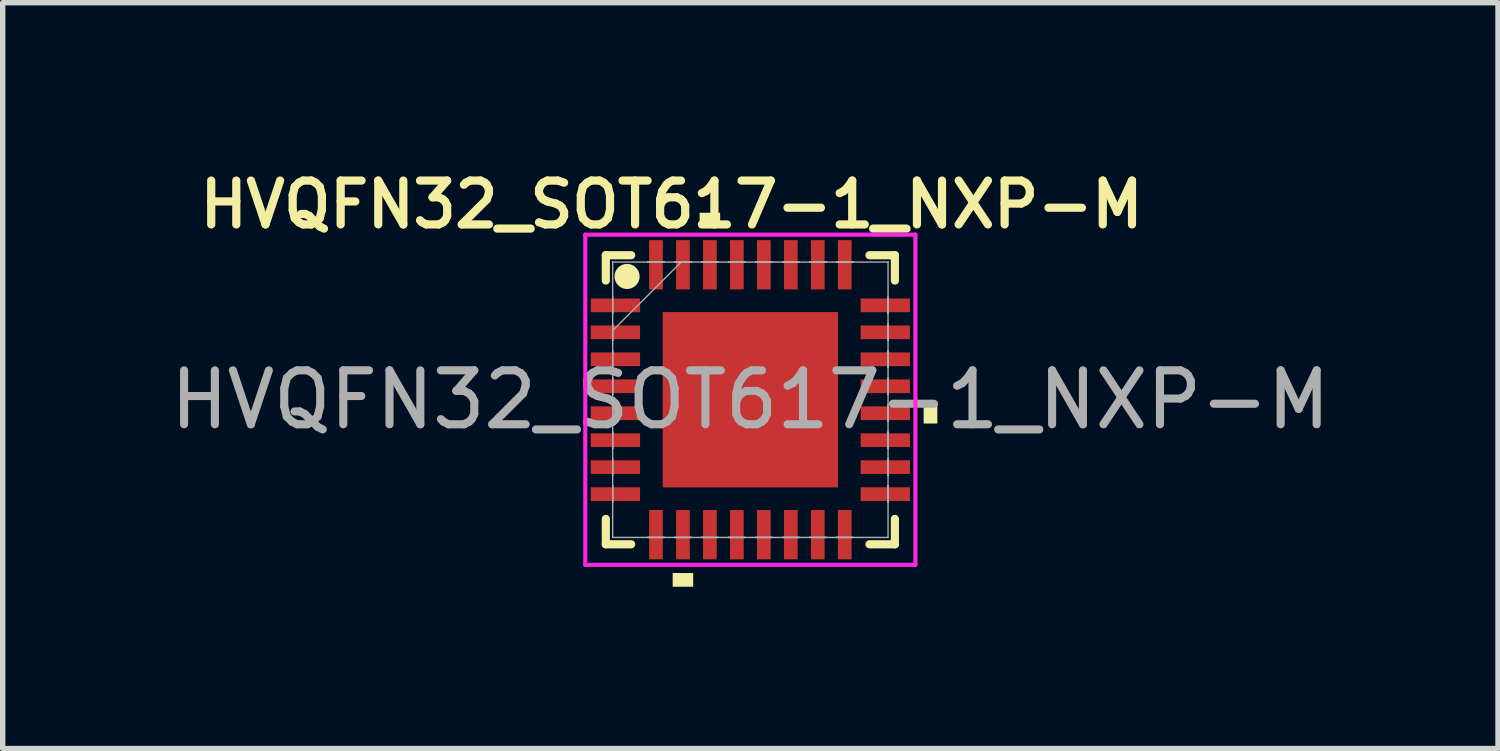
<source format=kicad_pcb>
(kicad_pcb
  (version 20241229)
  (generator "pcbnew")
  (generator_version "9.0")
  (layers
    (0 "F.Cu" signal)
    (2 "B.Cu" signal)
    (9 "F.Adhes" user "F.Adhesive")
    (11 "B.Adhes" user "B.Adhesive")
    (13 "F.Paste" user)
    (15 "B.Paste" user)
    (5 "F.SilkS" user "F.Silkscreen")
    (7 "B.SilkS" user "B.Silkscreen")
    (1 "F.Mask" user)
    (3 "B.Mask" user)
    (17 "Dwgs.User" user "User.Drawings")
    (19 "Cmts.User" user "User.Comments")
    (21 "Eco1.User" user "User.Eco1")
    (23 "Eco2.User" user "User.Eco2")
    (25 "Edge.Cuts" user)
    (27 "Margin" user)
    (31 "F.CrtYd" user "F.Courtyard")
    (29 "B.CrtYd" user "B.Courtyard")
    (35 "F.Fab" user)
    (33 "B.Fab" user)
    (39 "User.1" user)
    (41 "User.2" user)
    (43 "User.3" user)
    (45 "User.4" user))
  (footprint "HVQFN32_SOT617-1_NXP-M"
    (layer "F.Cu")
    (at 10.863 4.362)
    (property "Reference" "HVQFN32_SOT617-1_NXP-M" (at -1.46 -3.619 0) (unlocked yes) (layer "F.SilkS") (effects (font (size 0.813 0.813) (thickness 0.152) (bold yes))))
    (attr smd)
    (fp_line (start -2.68 -2.68) (end -2.68 -2.21) (stroke (width 0.152) (type solid)) (layer "F.SilkS"))
    (fp_line (start -2.68 2.21) (end -2.68 2.68) (stroke (width 0.152) (type solid)) (layer "F.SilkS"))
    (fp_line (start -2.68 2.68) (end -2.21 2.68) (stroke (width 0.152) (type solid)) (layer "F.SilkS"))
    (fp_line (start -2.21 -2.68) (end -2.68 -2.68) (stroke (width 0.152) (type solid)) (layer "F.SilkS"))
    (fp_line (start 2.21 2.68) (end 2.68 2.68) (stroke (width 0.152) (type solid)) (layer "F.SilkS"))
    (fp_line (start 2.68 -2.68) (end 2.21 -2.68) (stroke (width 0.152) (type solid)) (layer "F.SilkS"))
    (fp_line (start 2.68 -2.21) (end 2.68 -2.68) (stroke (width 0.152) (type solid)) (layer "F.SilkS"))
    (fp_line (start 2.68 2.68) (end 2.68 2.21) (stroke (width 0.152) (type solid)) (layer "F.SilkS"))
    (fp_circle (center -2.286 -2.286) (end -2.103 -2.286) (stroke (width 0.1) (type solid)) (fill yes) (layer "F.SilkS"))
    (fp_poly (pts (xy -1.44 3.213) (xy -1.44 3.467) (xy -1.06 3.467) (xy -1.06 3.213)) (stroke (width 0) (type solid)) (fill yes) (layer "F.SilkS"))
    (fp_poly (pts (xy -0.941 -3.213) (xy -0.941 -3.467) (xy -0.56 -3.467) (xy -0.56 -3.213)) (stroke (width 0) (type solid)) (fill yes) (layer "F.SilkS"))
    (fp_poly (pts (xy 3.467 0.059) (xy 3.467 0.441) (xy 3.213 0.441) (xy 3.213 0.059)) (stroke (width 0) (type solid)) (fill yes) (layer "F.SilkS"))
    (fp_poly (pts (xy -1.526 -1.526) (xy -1.526 -0.1) (xy -0.1 -0.1) (xy -0.1 -1.526)) (stroke (width 0) (type solid)) (fill yes) (layer "F.Paste"))
    (fp_poly (pts (xy -1.526 0.1) (xy -1.526 1.526) (xy -0.1 1.526) (xy -0.1 0.1)) (stroke (width 0) (type solid)) (fill yes) (layer "F.Paste"))
    (fp_poly (pts (xy 0.1 -1.526) (xy 0.1 -0.1) (xy 1.526 -0.1) (xy 1.526 -1.526)) (stroke (width 0) (type solid)) (fill yes) (layer "F.Paste"))
    (fp_poly (pts (xy 0.1 0.1) (xy 0.1 1.526) (xy 1.526 1.526) (xy 1.526 0.1)) (stroke (width 0) (type solid)) (fill yes) (layer "F.Paste"))
    (fp_line (start -3.061 -3.061) (end 3.061 -3.061) (stroke (width 0.076) (type solid)) (layer "F.CrtYd"))
    (fp_line (start -3.061 3.061) (end -3.061 -3.061) (stroke (width 0.076) (type solid)) (layer "F.CrtYd"))
    (fp_line (start 3.061 -3.061) (end 3.061 3.061) (stroke (width 0.076) (type solid)) (layer "F.CrtYd"))
    (fp_line (start 3.061 3.061) (end -3.061 3.061) (stroke (width 0.076) (type solid)) (layer "F.CrtYd"))
    (fp_line (start -2.553 -2.553) (end -2.553 -2.553) (stroke (width 0.025) (type solid)) (layer "F.Fab"))
    (fp_line (start -2.553 -2.553) (end -2.553 2.553) (stroke (width 0.025) (type solid)) (layer "F.Fab"))
    (fp_line (start -2.553 -1.902) (end -2.553 -1.902) (stroke (width 0.025) (type solid)) (layer "F.Fab"))
    (fp_line (start -2.553 -1.902) (end -2.553 -1.598) (stroke (width 0.025) (type solid)) (layer "F.Fab"))
    (fp_line (start -2.553 -1.598) (end -2.553 -1.902) (stroke (width 0.025) (type solid)) (layer "F.Fab"))
    (fp_line (start -2.553 -1.598) (end -2.553 -1.598) (stroke (width 0.025) (type solid)) (layer "F.Fab"))
    (fp_line (start -2.553 -1.402) (end -2.553 -1.402) (stroke (width 0.025) (type solid)) (layer "F.Fab"))
    (fp_line (start -2.553 -1.402) (end -2.553 -1.098) (stroke (width 0.025) (type solid)) (layer "F.Fab"))
    (fp_line (start -2.553 -1.283) (end -1.283 -2.553) (stroke (width 0.025) (type solid)) (layer "F.Fab"))
    (fp_line (start -2.553 -1.098) (end -2.553 -1.402) (stroke (width 0.025) (type solid)) (layer "F.Fab"))
    (fp_line (start -2.553 -1.098) (end -2.553 -1.098) (stroke (width 0.025) (type solid)) (layer "F.Fab"))
    (fp_line (start -2.553 -0.902) (end -2.553 -0.902) (stroke (width 0.025) (type solid)) (layer "F.Fab"))
    (fp_line (start -2.553 -0.902) (end -2.553 -0.598) (stroke (width 0.025) (type solid)) (layer "F.Fab"))
    (fp_line (start -2.553 -0.598) (end -2.553 -0.902) (stroke (width 0.025) (type solid)) (layer "F.Fab"))
    (fp_line (start -2.553 -0.598) (end -2.553 -0.598) (stroke (width 0.025) (type solid)) (layer "F.Fab"))
    (fp_line (start -2.553 -0.402) (end -2.553 -0.402) (stroke (width 0.025) (type solid)) (layer "F.Fab"))
    (fp_line (start -2.553 -0.402) (end -2.553 -0.098) (stroke (width 0.025) (type solid)) (layer "F.Fab"))
    (fp_line (start -2.553 -0.098) (end -2.553 -0.402) (stroke (width 0.025) (type solid)) (layer "F.Fab"))
    (fp_line (start -2.553 -0.098) (end -2.553 -0.098) (stroke (width 0.025) (type solid)) (layer "F.Fab"))
    (fp_line (start -2.553 0.098) (end -2.553 0.098) (stroke (width 0.025) (type solid)) (layer "F.Fab"))
    (fp_line (start -2.553 0.098) (end -2.553 0.402) (stroke (width 0.025) (type solid)) (layer "F.Fab"))
    (fp_line (start -2.553 0.402) (end -2.553 0.098) (stroke (width 0.025) (type solid)) (layer "F.Fab"))
    (fp_line (start -2.553 0.402) (end -2.553 0.402) (stroke (width 0.025) (type solid)) (layer "F.Fab"))
    (fp_line (start -2.553 0.598) (end -2.553 0.598) (stroke (width 0.025) (type solid)) (layer "F.Fab"))
    (fp_line (start -2.553 0.598) (end -2.553 0.902) (stroke (width 0.025) (type solid)) (layer "F.Fab"))
    (fp_line (start -2.553 0.902) (end -2.553 0.598) (stroke (width 0.025) (type solid)) (layer "F.Fab"))
    (fp_line (start -2.553 0.902) (end -2.553 0.902) (stroke (width 0.025) (type solid)) (layer "F.Fab"))
    (fp_line (start -2.553 1.098) (end -2.553 1.098) (stroke (width 0.025) (type solid)) (layer "F.Fab"))
    (fp_line (start -2.553 1.098) (end -2.553 1.402) (stroke (width 0.025) (type solid)) (layer "F.Fab"))
    (fp_line (start -2.553 1.402) (end -2.553 1.098) (stroke (width 0.025) (type solid)) (layer "F.Fab"))
    (fp_line (start -2.553 1.402) (end -2.553 1.402) (stroke (width 0.025) (type solid)) (layer "F.Fab"))
    (fp_line (start -2.553 1.598) (end -2.553 1.598) (stroke (width 0.025) (type solid)) (layer "F.Fab"))
    (fp_line (start -2.553 1.598) (end -2.553 1.902) (stroke (width 0.025) (type solid)) (layer "F.Fab"))
    (fp_line (start -2.553 1.902) (end -2.553 1.598) (stroke (width 0.025) (type solid)) (layer "F.Fab"))
    (fp_line (start -2.553 1.902) (end -2.553 1.902) (stroke (width 0.025) (type solid)) (layer "F.Fab"))
    (fp_line (start -2.553 2.553) (end -2.553 2.553) (stroke (width 0.025) (type solid)) (layer "F.Fab"))
    (fp_line (start -2.553 2.553) (end 2.553 2.553) (stroke (width 0.025) (type solid)) (layer "F.Fab"))
    (fp_line (start -1.902 -2.553) (end -1.902 -2.553) (stroke (width 0.025) (type solid)) (layer "F.Fab"))
    (fp_line (start -1.902 -2.553) (end -1.598 -2.553) (stroke (width 0.025) (type solid)) (layer "F.Fab"))
    (fp_line (start -1.902 2.553) (end -1.902 2.553) (stroke (width 0.025) (type solid)) (layer "F.Fab"))
    (fp_line (start -1.902 2.553) (end -1.598 2.553) (stroke (width 0.025) (type solid)) (layer "F.Fab"))
    (fp_line (start -1.598 -2.553) (end -1.902 -2.553) (stroke (width 0.025) (type solid)) (layer "F.Fab"))
    (fp_line (start -1.598 -2.553) (end -1.598 -2.553) (stroke (width 0.025) (type solid)) (layer "F.Fab"))
    (fp_line (start -1.598 2.553) (end -1.902 2.553) (stroke (width 0.025) (type solid)) (layer "F.Fab"))
    (fp_line (start -1.598 2.553) (end -1.598 2.553) (stroke (width 0.025) (type solid)) (layer "F.Fab"))
    (fp_line (start -1.402 -2.553) (end -1.402 -2.553) (stroke (width 0.025) (type solid)) (layer "F.Fab"))
    (fp_line (start -1.402 -2.553) (end -1.098 -2.553) (stroke (width 0.025) (type solid)) (layer "F.Fab"))
    (fp_line (start -1.402 2.553) (end -1.402 2.553) (stroke (width 0.025) (type solid)) (layer "F.Fab"))
    (fp_line (start -1.402 2.553) (end -1.098 2.553) (stroke (width 0.025) (type solid)) (layer "F.Fab"))
    (fp_line (start -1.098 -2.553) (end -1.402 -2.553) (stroke (width 0.025) (type solid)) (layer "F.Fab"))
    (fp_line (start -1.098 -2.553) (end -1.098 -2.553) (stroke (width 0.025) (type solid)) (layer "F.Fab"))
    (fp_line (start -1.098 2.553) (end -1.402 2.553) (stroke (width 0.025) (type solid)) (layer "F.Fab"))
    (fp_line (start -1.098 2.553) (end -1.098 2.553) (stroke (width 0.025) (type solid)) (layer "F.Fab"))
    (fp_line (start -0.902 -2.553) (end -0.902 -2.553) (stroke (width 0.025) (type solid)) (layer "F.Fab"))
    (fp_line (start -0.902 -2.553) (end -0.598 -2.553) (stroke (width 0.025) (type solid)) (layer "F.Fab"))
    (fp_line (start -0.902 2.553) (end -0.902 2.553) (stroke (width 0.025) (type solid)) (layer "F.Fab"))
    (fp_line (start -0.902 2.553) (end -0.598 2.553) (stroke (width 0.025) (type solid)) (layer "F.Fab"))
    (fp_line (start -0.598 -2.553) (end -0.902 -2.553) (stroke (width 0.025) (type solid)) (layer "F.Fab"))
    (fp_line (start -0.598 -2.553) (end -0.598 -2.553) (stroke (width 0.025) (type solid)) (layer "F.Fab"))
    (fp_line (start -0.598 2.553) (end -0.902 2.553) (stroke (width 0.025) (type solid)) (layer "F.Fab"))
    (fp_line (start -0.598 2.553) (end -0.598 2.553) (stroke (width 0.025) (type solid)) (layer "F.Fab"))
    (fp_line (start -0.402 -2.553) (end -0.402 -2.553) (stroke (width 0.025) (type solid)) (layer "F.Fab"))
    (fp_line (start -0.402 -2.553) (end -0.098 -2.553) (stroke (width 0.025) (type solid)) (layer "F.Fab"))
    (fp_line (start -0.402 2.553) (end -0.402 2.553) (stroke (width 0.025) (type solid)) (layer "F.Fab"))
    (fp_line (start -0.402 2.553) (end -0.098 2.553) (stroke (width 0.025) (type solid)) (layer "F.Fab"))
    (fp_line (start -0.098 -2.553) (end -0.402 -2.553) (stroke (width 0.025) (type solid)) (layer "F.Fab"))
    (fp_line (start -0.098 -2.553) (end -0.098 -2.553) (stroke (width 0.025) (type solid)) (layer "F.Fab"))
    (fp_line (start -0.098 2.553) (end -0.402 2.553) (stroke (width 0.025) (type solid)) (layer "F.Fab"))
    (fp_line (start -0.098 2.553) (end -0.098 2.553) (stroke (width 0.025) (type solid)) (layer "F.Fab"))
    (fp_line (start 0.098 -2.553) (end 0.098 -2.553) (stroke (width 0.025) (type solid)) (layer "F.Fab"))
    (fp_line (start 0.098 -2.553) (end 0.402 -2.553) (stroke (width 0.025) (type solid)) (layer "F.Fab"))
    (fp_line (start 0.098 2.553) (end 0.098 2.553) (stroke (width 0.025) (type solid)) (layer "F.Fab"))
    (fp_line (start 0.098 2.553) (end 0.402 2.553) (stroke (width 0.025) (type solid)) (layer "F.Fab"))
    (fp_line (start 0.402 -2.553) (end 0.098 -2.553) (stroke (width 0.025) (type solid)) (layer "F.Fab"))
    (fp_line (start 0.402 -2.553) (end 0.402 -2.553) (stroke (width 0.025) (type solid)) (layer "F.Fab"))
    (fp_line (start 0.402 2.553) (end 0.098 2.553) (stroke (width 0.025) (type solid)) (layer "F.Fab"))
    (fp_line (start 0.402 2.553) (end 0.402 2.553) (stroke (width 0.025) (type solid)) (layer "F.Fab"))
    (fp_line (start 0.598 -2.553) (end 0.598 -2.553) (stroke (width 0.025) (type solid)) (layer "F.Fab"))
    (fp_line (start 0.598 -2.553) (end 0.902 -2.553) (stroke (width 0.025) (type solid)) (layer "F.Fab"))
    (fp_line (start 0.598 2.553) (end 0.598 2.553) (stroke (width 0.025) (type solid)) (layer "F.Fab"))
    (fp_line (start 0.598 2.553) (end 0.902 2.553) (stroke (width 0.025) (type solid)) (layer "F.Fab"))
    (fp_line (start 0.902 -2.553) (end 0.598 -2.553) (stroke (width 0.025) (type solid)) (layer "F.Fab"))
    (fp_line (start 0.902 -2.553) (end 0.902 -2.553) (stroke (width 0.025) (type solid)) (layer "F.Fab"))
    (fp_line (start 0.902 2.553) (end 0.598 2.553) (stroke (width 0.025) (type solid)) (layer "F.Fab"))
    (fp_line (start 0.902 2.553) (end 0.902 2.553) (stroke (width 0.025) (type solid)) (layer "F.Fab"))
    (fp_line (start 1.098 -2.553) (end 1.098 -2.553) (stroke (width 0.025) (type solid)) (layer "F.Fab"))
    (fp_line (start 1.098 -2.553) (end 1.402 -2.553) (stroke (width 0.025) (type solid)) (layer "F.Fab"))
    (fp_line (start 1.098 2.553) (end 1.098 2.553) (stroke (width 0.025) (type solid)) (layer "F.Fab"))
    (fp_line (start 1.098 2.553) (end 1.402 2.553) (stroke (width 0.025) (type solid)) (layer "F.Fab"))
    (fp_line (start 1.402 -2.553) (end 1.098 -2.553) (stroke (width 0.025) (type solid)) (layer "F.Fab"))
    (fp_line (start 1.402 -2.553) (end 1.402 -2.553) (stroke (width 0.025) (type solid)) (layer "F.Fab"))
    (fp_line (start 1.402 2.553) (end 1.098 2.553) (stroke (width 0.025) (type solid)) (layer "F.Fab"))
    (fp_line (start 1.402 2.553) (end 1.402 2.553) (stroke (width 0.025) (type solid)) (layer "F.Fab"))
    (fp_line (start 1.598 -2.553) (end 1.598 -2.553) (stroke (width 0.025) (type solid)) (layer "F.Fab"))
    (fp_line (start 1.598 -2.553) (end 1.902 -2.553) (stroke (width 0.025) (type solid)) (layer "F.Fab"))
    (fp_line (start 1.598 2.553) (end 1.598 2.553) (stroke (width 0.025) (type solid)) (layer "F.Fab"))
    (fp_line (start 1.598 2.553) (end 1.902 2.553) (stroke (width 0.025) (type solid)) (layer "F.Fab"))
    (fp_line (start 1.902 -2.553) (end 1.598 -2.553) (stroke (width 0.025) (type solid)) (layer "F.Fab"))
    (fp_line (start 1.902 -2.553) (end 1.902 -2.553) (stroke (width 0.025) (type solid)) (layer "F.Fab"))
    (fp_line (start 1.902 2.553) (end 1.598 2.553) (stroke (width 0.025) (type solid)) (layer "F.Fab"))
    (fp_line (start 1.902 2.553) (end 1.902 2.553) (stroke (width 0.025) (type solid)) (layer "F.Fab"))
    (fp_line (start 2.553 -2.553) (end -2.553 -2.553) (stroke (width 0.025) (type solid)) (layer "F.Fab"))
    (fp_line (start 2.553 -2.553) (end 2.553 -2.553) (stroke (width 0.025) (type solid)) (layer "F.Fab"))
    (fp_line (start 2.553 -1.902) (end 2.553 -1.902) (stroke (width 0.025) (type solid)) (layer "F.Fab"))
    (fp_line (start 2.553 -1.902) (end 2.553 -1.598) (stroke (width 0.025) (type solid)) (layer "F.Fab"))
    (fp_line (start 2.553 -1.598) (end 2.553 -1.902) (stroke (width 0.025) (type solid)) (layer "F.Fab"))
    (fp_line (start 2.553 -1.598) (end 2.553 -1.598) (stroke (width 0.025) (type solid)) (layer "F.Fab"))
    (fp_line (start 2.553 -1.402) (end 2.553 -1.402) (stroke (width 0.025) (type solid)) (layer "F.Fab"))
    (fp_line (start 2.553 -1.402) (end 2.553 -1.098) (stroke (width 0.025) (type solid)) (layer "F.Fab"))
    (fp_line (start 2.553 -1.098) (end 2.553 -1.402) (stroke (width 0.025) (type solid)) (layer "F.Fab"))
    (fp_line (start 2.553 -1.098) (end 2.553 -1.098) (stroke (width 0.025) (type solid)) (layer "F.Fab"))
    (fp_line (start 2.553 -0.902) (end 2.553 -0.902) (stroke (width 0.025) (type solid)) (layer "F.Fab"))
    (fp_line (start 2.553 -0.902) (end 2.553 -0.598) (stroke (width 0.025) (type solid)) (layer "F.Fab"))
    (fp_line (start 2.553 -0.598) (end 2.553 -0.902) (stroke (width 0.025) (type solid)) (layer "F.Fab"))
    (fp_line (start 2.553 -0.598) (end 2.553 -0.598) (stroke (width 0.025) (type solid)) (layer "F.Fab"))
    (fp_line (start 2.553 -0.402) (end 2.553 -0.402) (stroke (width 0.025) (type solid)) (layer "F.Fab"))
    (fp_line (start 2.553 -0.402) (end 2.553 -0.098) (stroke (width 0.025) (type solid)) (layer "F.Fab"))
    (fp_line (start 2.553 -0.098) (end 2.553 -0.402) (stroke (width 0.025) (type solid)) (layer "F.Fab"))
    (fp_line (start 2.553 -0.098) (end 2.553 -0.098) (stroke (width 0.025) (type solid)) (layer "F.Fab"))
    (fp_line (start 2.553 0.098) (end 2.553 0.098) (stroke (width 0.025) (type solid)) (layer "F.Fab"))
    (fp_line (start 2.553 0.098) (end 2.553 0.402) (stroke (width 0.025) (type solid)) (layer "F.Fab"))
    (fp_line (start 2.553 0.402) (end 2.553 0.098) (stroke (width 0.025) (type solid)) (layer "F.Fab"))
    (fp_line (start 2.553 0.402) (end 2.553 0.402) (stroke (width 0.025) (type solid)) (layer "F.Fab"))
    (fp_line (start 2.553 0.598) (end 2.553 0.598) (stroke (width 0.025) (type solid)) (layer "F.Fab"))
    (fp_line (start 2.553 0.598) (end 2.553 0.902) (stroke (width 0.025) (type solid)) (layer "F.Fab"))
    (fp_line (start 2.553 0.902) (end 2.553 0.598) (stroke (width 0.025) (type solid)) (layer "F.Fab"))
    (fp_line (start 2.553 0.902) (end 2.553 0.902) (stroke (width 0.025) (type solid)) (layer "F.Fab"))
    (fp_line (start 2.553 1.098) (end 2.553 1.098) (stroke (width 0.025) (type solid)) (layer "F.Fab"))
    (fp_line (start 2.553 1.098) (end 2.553 1.402) (stroke (width 0.025) (type solid)) (layer "F.Fab"))
    (fp_line (start 2.553 1.402) (end 2.553 1.098) (stroke (width 0.025) (type solid)) (layer "F.Fab"))
    (fp_line (start 2.553 1.402) (end 2.553 1.402) (stroke (width 0.025) (type solid)) (layer "F.Fab"))
    (fp_line (start 2.553 1.598) (end 2.553 1.598) (stroke (width 0.025) (type solid)) (layer "F.Fab"))
    (fp_line (start 2.553 1.598) (end 2.553 1.902) (stroke (width 0.025) (type solid)) (layer "F.Fab"))
    (fp_line (start 2.553 1.902) (end 2.553 1.598) (stroke (width 0.025) (type solid)) (layer "F.Fab"))
    (fp_line (start 2.553 1.902) (end 2.553 1.902) (stroke (width 0.025) (type solid)) (layer "F.Fab"))
    (fp_line (start 2.553 2.553) (end 2.553 -2.553) (stroke (width 0.025) (type solid)) (layer "F.Fab"))
    (fp_line (start 2.553 2.553) (end 2.553 2.553) (stroke (width 0.025) (type solid)) (layer "F.Fab"))
    (fp_text user "${REFERENCE}" (at 0 0 0) (unlocked yes) (layer "F.Fab") (effects (font (size 1 1) (thickness 0.15))))
    (pad "1" smd rect (at -2.502 -1.75 90) (size 0.254 0.914) (layers "F.Cu" "F.Mask" "F.Paste"))
    (pad "2" smd rect (at -2.502 -1.25 90) (size 0.254 0.914) (layers "F.Cu" "F.Mask" "F.Paste"))
    (pad "3" smd rect (at -2.502 -0.75 90) (size 0.254 0.914) (layers "F.Cu" "F.Mask" "F.Paste"))
    (pad "4" smd rect (at -2.502 -0.25 90) (size 0.254 0.914) (layers "F.Cu" "F.Mask" "F.Paste"))
    (pad "5" smd rect (at -2.502 0.25 90) (size 0.254 0.914) (layers "F.Cu" "F.Mask" "F.Paste"))
    (pad "6" smd rect (at -2.502 0.75 90) (size 0.254 0.914) (layers "F.Cu" "F.Mask" "F.Paste"))
    (pad "7" smd rect (at -2.502 1.25 90) (size 0.254 0.914) (layers "F.Cu" "F.Mask" "F.Paste"))
    (pad "8" smd rect (at -2.502 1.75 90) (size 0.254 0.914) (layers "F.Cu" "F.Mask" "F.Paste"))
    (pad "9" smd rect (at -1.75 2.502) (size 0.254 0.914) (layers "F.Cu" "F.Mask" "F.Paste"))
    (pad "10" smd rect (at -1.25 2.502) (size 0.254 0.914) (layers "F.Cu" "F.Mask" "F.Paste"))
    (pad "11" smd rect (at -0.75 2.502) (size 0.254 0.914) (layers "F.Cu" "F.Mask" "F.Paste"))
    (pad "12" smd rect (at -0.25 2.502) (size 0.254 0.914) (layers "F.Cu" "F.Mask" "F.Paste"))
    (pad "13" smd rect (at 0.25 2.502) (size 0.254 0.914) (layers "F.Cu" "F.Mask" "F.Paste"))
    (pad "14" smd rect (at 0.75 2.502) (size 0.254 0.914) (layers "F.Cu" "F.Mask" "F.Paste"))
    (pad "15" smd rect (at 1.25 2.502) (size 0.254 0.914) (layers "F.Cu" "F.Mask" "F.Paste"))
    (pad "16" smd rect (at 1.75 2.502) (size 0.254 0.914) (layers "F.Cu" "F.Mask" "F.Paste"))
    (pad "17" smd rect (at 2.502 1.75 90) (size 0.254 0.914) (layers "F.Cu" "F.Mask" "F.Paste"))
    (pad "18" smd rect (at 2.502 1.25 90) (size 0.254 0.914) (layers "F.Cu" "F.Mask" "F.Paste"))
    (pad "19" smd rect (at 2.502 0.75 90) (size 0.254 0.914) (layers "F.Cu" "F.Mask" "F.Paste"))
    (pad "20" smd rect (at 2.502 0.25 90) (size 0.254 0.914) (layers "F.Cu" "F.Mask" "F.Paste"))
    (pad "21" smd rect (at 2.502 -0.25 90) (size 0.254 0.914) (layers "F.Cu" "F.Mask" "F.Paste"))
    (pad "22" smd rect (at 2.502 -0.75 90) (size 0.254 0.914) (layers "F.Cu" "F.Mask" "F.Paste"))
    (pad "23" smd rect (at 2.502 -1.25 90) (size 0.254 0.914) (layers "F.Cu" "F.Mask" "F.Paste"))
    (pad "24" smd rect (at 2.502 -1.75 90) (size 0.254 0.914) (layers "F.Cu" "F.Mask" "F.Paste"))
    (pad "25" smd rect (at 1.75 -2.502) (size 0.254 0.914) (layers "F.Cu" "F.Mask" "F.Paste"))
    (pad "26" smd rect (at 1.25 -2.502) (size 0.254 0.914) (layers "F.Cu" "F.Mask" "F.Paste"))
    (pad "27" smd rect (at 0.75 -2.502) (size 0.254 0.914) (layers "F.Cu" "F.Mask" "F.Paste"))
    (pad "28" smd rect (at 0.25 -2.502) (size 0.254 0.914) (layers "F.Cu" "F.Mask" "F.Paste"))
    (pad "29" smd rect (at -0.25 -2.502) (size 0.254 0.914) (layers "F.Cu" "F.Mask" "F.Paste"))
    (pad "30" smd rect (at -0.75 -2.502) (size 0.254 0.914) (layers "F.Cu" "F.Mask" "F.Paste"))
    (pad "31" smd rect (at -1.25 -2.502) (size 0.254 0.914) (layers "F.Cu" "F.Mask" "F.Paste"))
    (pad "32" smd rect (at -1.75 -2.502) (size 0.254 0.914) (layers "F.Cu" "F.Mask" "F.Paste"))
    (pad "33" smd rect (at 0 0) (size 3.251 3.251) (layers "F.Cu" "F.Mask")))
  (gr_rect
    (start -3 -3)
    (end 24.726 10.83)
    (stroke (width 0.1) (type default))
    (fill no)
    (layer "Edge.Cuts")))
</source>
